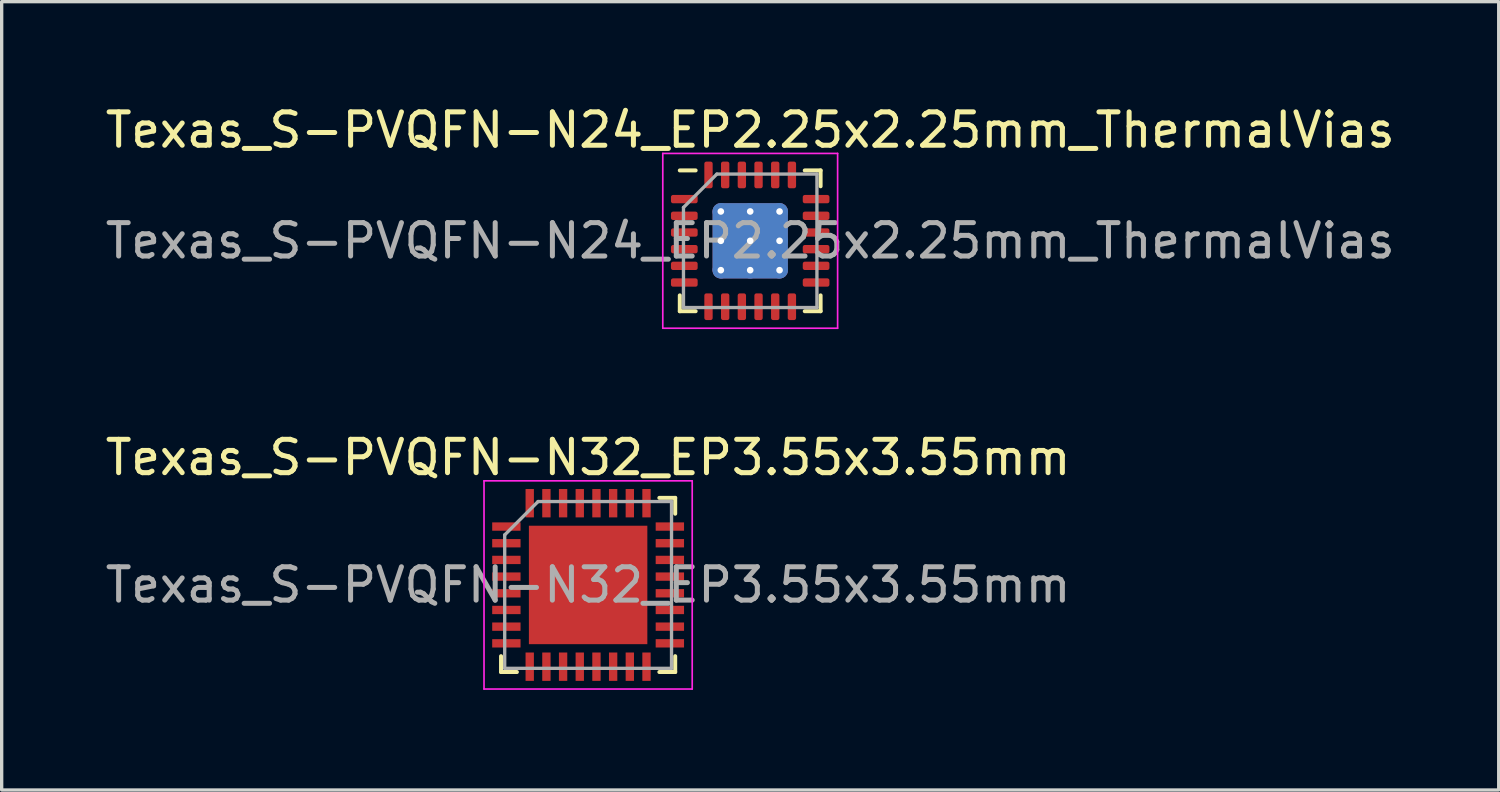
<source format=kicad_pcb>
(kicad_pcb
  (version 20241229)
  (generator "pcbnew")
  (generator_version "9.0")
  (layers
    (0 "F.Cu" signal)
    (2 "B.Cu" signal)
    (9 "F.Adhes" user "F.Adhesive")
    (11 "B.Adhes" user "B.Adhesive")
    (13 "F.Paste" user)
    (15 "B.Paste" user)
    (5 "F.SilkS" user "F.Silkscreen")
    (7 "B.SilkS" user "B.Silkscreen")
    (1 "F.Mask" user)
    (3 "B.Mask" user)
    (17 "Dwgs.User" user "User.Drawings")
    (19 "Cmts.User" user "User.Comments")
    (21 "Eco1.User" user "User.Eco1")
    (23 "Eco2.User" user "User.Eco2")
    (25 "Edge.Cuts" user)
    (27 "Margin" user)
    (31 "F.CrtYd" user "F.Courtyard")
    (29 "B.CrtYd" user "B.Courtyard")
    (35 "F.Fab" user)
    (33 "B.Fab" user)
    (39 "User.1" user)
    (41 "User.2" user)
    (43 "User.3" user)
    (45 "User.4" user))
  (footprint "Texas_S-PVQFN-N32_EP3.55x3.55mm"
    (layer "F.Cu")
    (at 14.577 14.482)
    (property "Reference" "Texas_S-PVQFN-N32_EP3.55x3.55mm" (at 0 -3.82 0) (layer "F.SilkS") (effects (font (size 1 1) (thickness 0.15))))
    (attr smd)
    (fp_line (start -2.61 2.61) (end -2.61 2.135) (stroke (width 0.12) (type solid)) (layer "F.SilkS"))
    (fp_line (start -2.135 2.61) (end -2.61 2.61) (stroke (width 0.12) (type solid)) (layer "F.SilkS"))
    (fp_line (start 2.135 -2.61) (end 2.61 -2.61) (stroke (width 0.12) (type solid)) (layer "F.SilkS"))
    (fp_line (start 2.135 2.61) (end 2.61 2.61) (stroke (width 0.12) (type solid)) (layer "F.SilkS"))
    (fp_line (start 2.61 -2.61) (end 2.61 -2.135) (stroke (width 0.12) (type solid)) (layer "F.SilkS"))
    (fp_line (start 2.61 2.61) (end 2.61 2.135) (stroke (width 0.12) (type solid)) (layer "F.SilkS"))
    (fp_line (start -3.12 -3.12) (end -3.12 3.12) (stroke (width 0.05) (type solid)) (layer "F.CrtYd"))
    (fp_line (start -3.12 3.12) (end 3.12 3.12) (stroke (width 0.05) (type solid)) (layer "F.CrtYd"))
    (fp_line (start 3.12 -3.12) (end -3.12 -3.12) (stroke (width 0.05) (type solid)) (layer "F.CrtYd"))
    (fp_line (start 3.12 3.12) (end 3.12 -3.12) (stroke (width 0.05) (type solid)) (layer "F.CrtYd"))
    (fp_line (start -2.5 -1.5) (end -1.5 -2.5) (stroke (width 0.1) (type solid)) (layer "F.Fab"))
    (fp_line (start -2.5 2.5) (end -2.5 -1.5) (stroke (width 0.1) (type solid)) (layer "F.Fab"))
    (fp_line (start -1.5 -2.5) (end 2.5 -2.5) (stroke (width 0.1) (type solid)) (layer "F.Fab"))
    (fp_line (start 2.5 -2.5) (end 2.5 2.5) (stroke (width 0.1) (type solid)) (layer "F.Fab"))
    (fp_line (start 2.5 2.5) (end -2.5 2.5) (stroke (width 0.1) (type solid)) (layer "F.Fab"))
    (fp_text user "${REFERENCE}" (at 0 0 0) (layer "F.Fab") (effects (font (size 1 1) (thickness 0.15))))
    (pad "" smd rect (at -1.12 -1.12) (size 0.95 0.95) (layers "F.Paste"))
    (pad "" smd rect (at -1.12 0) (size 0.95 0.95) (layers "F.Paste"))
    (pad "" smd rect (at -1.12 1.12) (size 0.95 0.95) (layers "F.Paste"))
    (pad "" smd rect (at 0 -1.12) (size 0.95 0.95) (layers "F.Paste"))
    (pad "" smd rect (at 0 0) (size 0.95 0.95) (layers "F.Paste"))
    (pad "" smd rect (at 0 1.12) (size 0.95 0.95) (layers "F.Paste"))
    (pad "" smd rect (at 1.12 -1.12) (size 0.95 0.95) (layers "F.Paste"))
    (pad "" smd rect (at 1.12 0) (size 0.95 0.95) (layers "F.Paste"))
    (pad "" smd rect (at 1.12 1.12) (size 0.95 0.95) (layers "F.Paste"))
    (pad "1" smd rect (at -2.45 -1.75) (size 0.85 0.25) (layers "F.Cu" "F.Mask" "F.Paste"))
    (pad "2" smd rect (at -2.45 -1.25) (size 0.85 0.25) (layers "F.Cu" "F.Mask" "F.Paste"))
    (pad "3" smd rect (at -2.45 -0.75) (size 0.85 0.25) (layers "F.Cu" "F.Mask" "F.Paste"))
    (pad "4" smd rect (at -2.45 -0.25) (size 0.85 0.25) (layers "F.Cu" "F.Mask" "F.Paste"))
    (pad "5" smd rect (at -2.45 0.25) (size 0.85 0.25) (layers "F.Cu" "F.Mask" "F.Paste"))
    (pad "6" smd rect (at -2.45 0.75) (size 0.85 0.25) (layers "F.Cu" "F.Mask" "F.Paste"))
    (pad "7" smd rect (at -2.45 1.25) (size 0.85 0.25) (layers "F.Cu" "F.Mask" "F.Paste"))
    (pad "8" smd rect (at -2.45 1.75) (size 0.85 0.25) (layers "F.Cu" "F.Mask" "F.Paste"))
    (pad "9" smd rect (at -1.75 2.45) (size 0.25 0.85) (layers "F.Cu" "F.Mask" "F.Paste"))
    (pad "10" smd rect (at -1.25 2.45) (size 0.25 0.85) (layers "F.Cu" "F.Mask" "F.Paste"))
    (pad "11" smd rect (at -0.75 2.45) (size 0.25 0.85) (layers "F.Cu" "F.Mask" "F.Paste"))
    (pad "12" smd rect (at -0.25 2.45) (size 0.25 0.85) (layers "F.Cu" "F.Mask" "F.Paste"))
    (pad "13" smd rect (at 0.25 2.45) (size 0.25 0.85) (layers "F.Cu" "F.Mask" "F.Paste"))
    (pad "14" smd rect (at 0.75 2.45) (size 0.25 0.85) (layers "F.Cu" "F.Mask" "F.Paste"))
    (pad "15" smd rect (at 1.25 2.45) (size 0.25 0.85) (layers "F.Cu" "F.Mask" "F.Paste"))
    (pad "16" smd rect (at 1.75 2.45) (size 0.25 0.85) (layers "F.Cu" "F.Mask" "F.Paste"))
    (pad "17" smd rect (at 2.45 1.75) (size 0.85 0.25) (layers "F.Cu" "F.Mask" "F.Paste"))
    (pad "18" smd rect (at 2.45 1.25) (size 0.85 0.25) (layers "F.Cu" "F.Mask" "F.Paste"))
    (pad "19" smd rect (at 2.45 0.75) (size 0.85 0.25) (layers "F.Cu" "F.Mask" "F.Paste"))
    (pad "20" smd rect (at 2.45 0.25) (size 0.85 0.25) (layers "F.Cu" "F.Mask" "F.Paste"))
    (pad "21" smd rect (at 2.45 -0.25) (size 0.85 0.25) (layers "F.Cu" "F.Mask" "F.Paste"))
    (pad "22" smd rect (at 2.45 -0.75) (size 0.85 0.25) (layers "F.Cu" "F.Mask" "F.Paste"))
    (pad "23" smd rect (at 2.45 -1.25) (size 0.85 0.25) (layers "F.Cu" "F.Mask" "F.Paste"))
    (pad "24" smd rect (at 2.45 -1.75) (size 0.85 0.25) (layers "F.Cu" "F.Mask" "F.Paste"))
    (pad "25" smd rect (at 1.75 -2.45) (size 0.25 0.85) (layers "F.Cu" "F.Mask" "F.Paste"))
    (pad "26" smd rect (at 1.25 -2.45) (size 0.25 0.85) (layers "F.Cu" "F.Mask" "F.Paste"))
    (pad "27" smd rect (at 0.75 -2.45) (size 0.25 0.85) (layers "F.Cu" "F.Mask" "F.Paste"))
    (pad "28" smd rect (at 0.25 -2.45) (size 0.25 0.85) (layers "F.Cu" "F.Mask" "F.Paste"))
    (pad "29" smd rect (at -0.25 -2.45) (size 0.25 0.85) (layers "F.Cu" "F.Mask" "F.Paste"))
    (pad "30" smd rect (at -0.75 -2.45) (size 0.25 0.85) (layers "F.Cu" "F.Mask" "F.Paste"))
    (pad "31" smd rect (at -1.25 -2.45) (size 0.25 0.85) (layers "F.Cu" "F.Mask" "F.Paste"))
    (pad "32" smd rect (at -1.75 -2.45) (size 0.25 0.85) (layers "F.Cu" "F.Mask" "F.Paste"))
    (pad "33" smd rect (at 0 0) (size 3.55 3.55) (layers "F.Cu" "F.Mask")))
  (footprint "Texas_S-PVQFN-N24_EP2.25x2.25mm_ThermalVias"
    (layer "F.Cu")
    (at 19.435 4.168)
    (property "Reference" "Texas_S-PVQFN-N24_EP2.25x2.25mm_ThermalVias" (at 0 -3.32 0) (layer "F.SilkS") (effects (font (size 1 1) (thickness 0.15))))
    (attr smd)
    (fp_line (start -2.11 2.11) (end -2.11 1.635) (stroke (width 0.12) (type solid)) (layer "F.SilkS"))
    (fp_line (start -1.635 -2.11) (end -2.11 -2.11) (stroke (width 0.12) (type solid)) (layer "F.SilkS"))
    (fp_line (start -1.635 2.11) (end -2.11 2.11) (stroke (width 0.12) (type solid)) (layer "F.SilkS"))
    (fp_line (start 1.635 -2.11) (end 2.11 -2.11) (stroke (width 0.12) (type solid)) (layer "F.SilkS"))
    (fp_line (start 1.635 2.11) (end 2.11 2.11) (stroke (width 0.12) (type solid)) (layer "F.SilkS"))
    (fp_line (start 2.11 -2.11) (end 2.11 -1.635) (stroke (width 0.12) (type solid)) (layer "F.SilkS"))
    (fp_line (start 2.11 2.11) (end 2.11 1.635) (stroke (width 0.12) (type solid)) (layer "F.SilkS"))
    (fp_line (start -2.62 -2.62) (end -2.62 2.62) (stroke (width 0.05) (type solid)) (layer "F.CrtYd"))
    (fp_line (start -2.62 2.62) (end 2.62 2.62) (stroke (width 0.05) (type solid)) (layer "F.CrtYd"))
    (fp_line (start 2.62 -2.62) (end -2.62 -2.62) (stroke (width 0.05) (type solid)) (layer "F.CrtYd"))
    (fp_line (start 2.62 2.62) (end 2.62 -2.62) (stroke (width 0.05) (type solid)) (layer "F.CrtYd"))
    (fp_line (start -2 -1) (end -1 -2) (stroke (width 0.1) (type solid)) (layer "F.Fab"))
    (fp_line (start -2 2) (end -2 -1) (stroke (width 0.1) (type solid)) (layer "F.Fab"))
    (fp_line (start -1 -2) (end 2 -2) (stroke (width 0.1) (type solid)) (layer "F.Fab"))
    (fp_line (start 2 -2) (end 2 2) (stroke (width 0.1) (type solid)) (layer "F.Fab"))
    (fp_line (start 2 2) (end -2 2) (stroke (width 0.1) (type solid)) (layer "F.Fab"))
    (fp_text user "${REFERENCE}" (at 0 0 0) (layer "F.Fab") (effects (font (size 1 1) (thickness 0.15))))
    (pad "" smd custom (at -0.44 -0.44) (size 0.705 0.705) (layers "F.Paste") (options (anchor circle)) (primitives (gr_poly (pts (xy -0.398 -0.27) (xy -0.27 -0.398) (xy 0.27 -0.398) (xy 0.398 -0.27) (xy 0.398 0.27) (xy 0.27 0.398) (xy -0.27 0.398) (xy -0.398 0.27)) (width 0) (fill yes))))
    (pad "" smd custom (at -0.44 0.44) (size 0.705 0.705) (layers "F.Paste") (options (anchor circle)) (primitives (gr_poly (pts (xy -0.398 -0.27) (xy -0.27 -0.398) (xy 0.27 -0.398) (xy 0.398 -0.27) (xy 0.398 0.27) (xy 0.27 0.398) (xy -0.27 0.398) (xy -0.398 0.27)) (width 0) (fill yes))))
    (pad "" smd custom (at 0.44 -0.44) (size 0.705 0.705) (layers "F.Paste") (options (anchor circle)) (primitives (gr_poly (pts (xy -0.398 -0.27) (xy -0.27 -0.398) (xy 0.27 -0.398) (xy 0.398 -0.27) (xy 0.398 0.27) (xy 0.27 0.398) (xy -0.27 0.398) (xy -0.398 0.27)) (width 0) (fill yes))))
    (pad "" smd custom (at 0.44 0.44) (size 0.705 0.705) (layers "F.Paste") (options (anchor circle)) (primitives (gr_poly (pts (xy -0.398 -0.27) (xy -0.27 -0.398) (xy 0.27 -0.398) (xy 0.398 -0.27) (xy 0.398 0.27) (xy 0.27 0.398) (xy -0.27 0.398) (xy -0.398 0.27)) (width 0) (fill yes))))
    (pad "1" smd roundrect (at -1.975 -1.25) (size 0.8 0.25) (layers "F.Cu" "F.Mask" "F.Paste") (roundrect_rratio 0.25))
    (pad "2" smd roundrect (at -1.975 -0.75) (size 0.8 0.25) (layers "F.Cu" "F.Mask" "F.Paste") (roundrect_rratio 0.25))
    (pad "3" smd roundrect (at -1.975 -0.25) (size 0.8 0.25) (layers "F.Cu" "F.Mask" "F.Paste") (roundrect_rratio 0.25))
    (pad "4" smd roundrect (at -1.975 0.25) (size 0.8 0.25) (layers "F.Cu" "F.Mask" "F.Paste") (roundrect_rratio 0.25))
    (pad "5" smd roundrect (at -1.975 0.75) (size 0.8 0.25) (layers "F.Cu" "F.Mask" "F.Paste") (roundrect_rratio 0.25))
    (pad "6" smd roundrect (at -1.975 1.25) (size 0.8 0.25) (layers "F.Cu" "F.Mask" "F.Paste") (roundrect_rratio 0.25))
    (pad "7" smd roundrect (at -1.25 1.975) (size 0.25 0.8) (layers "F.Cu" "F.Mask" "F.Paste") (roundrect_rratio 0.25))
    (pad "8" smd roundrect (at -0.75 1.975) (size 0.25 0.8) (layers "F.Cu" "F.Mask" "F.Paste") (roundrect_rratio 0.25))
    (pad "9" smd roundrect (at -0.25 1.975) (size 0.25 0.8) (layers "F.Cu" "F.Mask" "F.Paste") (roundrect_rratio 0.25))
    (pad "10" smd roundrect (at 0.25 1.975) (size 0.25 0.8) (layers "F.Cu" "F.Mask" "F.Paste") (roundrect_rratio 0.25))
    (pad "11" smd roundrect (at 0.75 1.975) (size 0.25 0.8) (layers "F.Cu" "F.Mask" "F.Paste") (roundrect_rratio 0.25))
    (pad "12" smd roundrect (at 1.25 1.975) (size 0.25 0.8) (layers "F.Cu" "F.Mask" "F.Paste") (roundrect_rratio 0.25))
    (pad "13" smd roundrect (at 1.975 1.25) (size 0.8 0.25) (layers "F.Cu" "F.Mask" "F.Paste") (roundrect_rratio 0.25))
    (pad "14" smd roundrect (at 1.975 0.75) (size 0.8 0.25) (layers "F.Cu" "F.Mask" "F.Paste") (roundrect_rratio 0.25))
    (pad "15" smd roundrect (at 1.975 0.25) (size 0.8 0.25) (layers "F.Cu" "F.Mask" "F.Paste") (roundrect_rratio 0.25))
    (pad "16" smd roundrect (at 1.975 -0.25) (size 0.8 0.25) (layers "F.Cu" "F.Mask" "F.Paste") (roundrect_rratio 0.25))
    (pad "17" smd roundrect (at 1.975 -0.75) (size 0.8 0.25) (layers "F.Cu" "F.Mask" "F.Paste") (roundrect_rratio 0.25))
    (pad "18" smd roundrect (at 1.975 -1.25) (size 0.8 0.25) (layers "F.Cu" "F.Mask" "F.Paste") (roundrect_rratio 0.25))
    (pad "19" smd roundrect (at 1.25 -1.975) (size 0.25 0.8) (layers "F.Cu" "F.Mask" "F.Paste") (roundrect_rratio 0.25))
    (pad "20" smd roundrect (at 0.75 -1.975) (size 0.25 0.8) (layers "F.Cu" "F.Mask" "F.Paste") (roundrect_rratio 0.25))
    (pad "21" smd roundrect (at 0.25 -1.975) (size 0.25 0.8) (layers "F.Cu" "F.Mask" "F.Paste") (roundrect_rratio 0.25))
    (pad "22" smd roundrect (at -0.25 -1.975) (size 0.25 0.8) (layers "F.Cu" "F.Mask" "F.Paste") (roundrect_rratio 0.25))
    (pad "23" smd roundrect (at -0.75 -1.975) (size 0.25 0.8) (layers "F.Cu" "F.Mask" "F.Paste") (roundrect_rratio 0.25))
    (pad "24" smd roundrect (at -1.25 -1.975) (size 0.25 0.8) (layers "F.Cu" "F.Mask" "F.Paste") (roundrect_rratio 0.25))
    (pad "25" thru_hole circle (at -0.88 -0.88) (size 0.5 0.5) (drill 0.2) (layers "*.Cu"))
    (pad "25" thru_hole circle (at -0.88 0) (size 0.5 0.5) (drill 0.2) (layers "*.Cu"))
    (pad "25" thru_hole circle (at -0.88 0.88) (size 0.5 0.5) (drill 0.2) (layers "*.Cu"))
    (pad "25" thru_hole circle (at 0 -0.88) (size 0.5 0.5) (drill 0.2) (layers "*.Cu"))
    (pad "25" thru_hole circle (at 0 0) (size 0.5 0.5) (drill 0.2) (layers "*.Cu"))
    (pad "25" smd roundrect (at 0 0) (size 2.25 2.25) (layers "F.Cu" "F.Mask") (roundrect_rratio 0.111))
    (pad "25" smd roundrect (at 0 0) (size 2.26 2.26) (layers "B.Cu") (roundrect_rratio 0.111))
    (pad "25" thru_hole circle (at 0 0.88) (size 0.5 0.5) (drill 0.2) (layers "*.Cu"))
    (pad "25" thru_hole circle (at 0.88 -0.88) (size 0.5 0.5) (drill 0.2) (layers "*.Cu"))
    (pad "25" thru_hole circle (at 0.88 0) (size 0.5 0.5) (drill 0.2) (layers "*.Cu"))
    (pad "25" thru_hole circle (at 0.88 0.88) (size 0.5 0.5) (drill 0.2) (layers "*.Cu")))
  (gr_rect
    (start -3 -3)
    (end 41.869 20.627)
    (stroke (width 0.1) (type default))
    (fill no)
    (layer "Edge.Cuts")))
</source>
